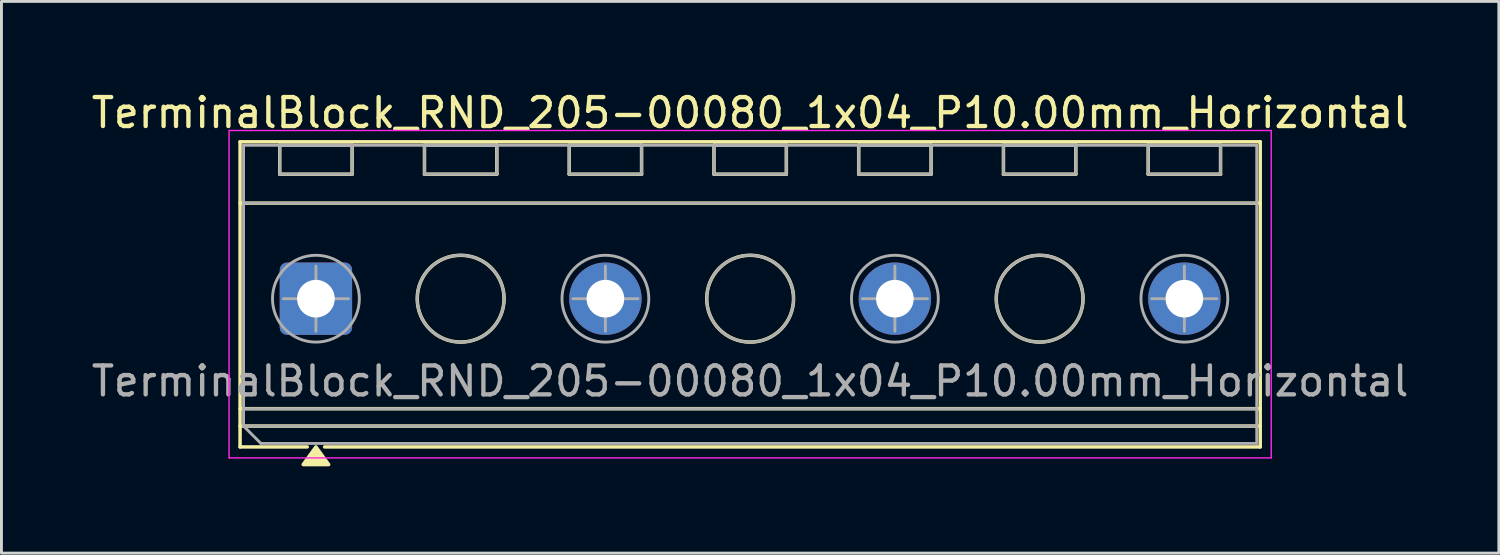
<source format=kicad_pcb>
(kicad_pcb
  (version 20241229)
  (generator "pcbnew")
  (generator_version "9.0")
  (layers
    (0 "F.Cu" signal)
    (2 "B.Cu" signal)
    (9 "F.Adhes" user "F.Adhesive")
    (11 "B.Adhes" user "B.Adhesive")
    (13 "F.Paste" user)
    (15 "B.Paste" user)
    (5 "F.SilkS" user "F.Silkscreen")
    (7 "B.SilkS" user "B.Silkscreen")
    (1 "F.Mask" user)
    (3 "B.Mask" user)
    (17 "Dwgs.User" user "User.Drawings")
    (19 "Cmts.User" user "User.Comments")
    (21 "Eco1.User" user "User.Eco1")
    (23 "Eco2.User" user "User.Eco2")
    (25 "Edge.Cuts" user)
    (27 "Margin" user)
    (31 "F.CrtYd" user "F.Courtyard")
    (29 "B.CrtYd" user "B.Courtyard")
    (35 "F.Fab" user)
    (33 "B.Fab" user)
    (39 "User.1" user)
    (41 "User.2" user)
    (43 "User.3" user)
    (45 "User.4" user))
  (footprint "TerminalBlock_RND_205-00080_1x04_P10.00mm_Horizontal"
    (layer "F.Cu")
    (at 7.863 7.268)
    (property "Reference" "TerminalBlock_RND_205-00080_1x04_P10.00mm_Horizontal" (at 15 -6.42 0) (layer "F.SilkS") (effects (font (size 1 1) (thickness 0.15))))
    (attr through_hole)
    (fp_line (start -2.62 -5.42) (end -2.62 5.12) (stroke (width 0.12) (type solid)) (layer "F.SilkS"))
    (fp_line (start -2.62 -5.42) (end 32.62 -5.42) (stroke (width 0.12) (type solid)) (layer "F.SilkS"))
    (fp_line (start -2.62 -3.3) (end 32.62 -3.3) (stroke (width 0.12) (type solid)) (layer "F.SilkS"))
    (fp_line (start -2.62 3.8) (end 32.62 3.8) (stroke (width 0.12) (type solid)) (layer "F.SilkS"))
    (fp_line (start -2.62 4.4) (end 32.62 4.4) (stroke (width 0.12) (type solid)) (layer "F.SilkS"))
    (fp_line (start -2.62 5.12) (end -0.3 5.12) (stroke (width 0.12) (type solid)) (layer "F.SilkS"))
    (fp_line (start -1.25 -5.3) (end -1.25 -4.3) (stroke (width 0.12) (type solid)) (layer "F.SilkS"))
    (fp_line (start -1.25 -5.3) (end 1.25 -5.3) (stroke (width 0.12) (type solid)) (layer "F.SilkS"))
    (fp_line (start -1.25 -4.3) (end 1.25 -4.3) (stroke (width 0.12) (type solid)) (layer "F.SilkS"))
    (fp_line (start 0.3 5.12) (end 32.62 5.12) (stroke (width 0.12) (type solid)) (layer "F.SilkS"))
    (fp_line (start 1.25 -5.3) (end 1.25 -4.3) (stroke (width 0.12) (type solid)) (layer "F.SilkS"))
    (fp_line (start 3.75 -5.3) (end 3.75 -4.3) (stroke (width 0.12) (type solid)) (layer "F.SilkS"))
    (fp_line (start 3.75 -5.3) (end 6.25 -5.3) (stroke (width 0.12) (type solid)) (layer "F.SilkS"))
    (fp_line (start 3.75 -4.3) (end 6.25 -4.3) (stroke (width 0.12) (type solid)) (layer "F.SilkS"))
    (fp_line (start 6.25 -5.3) (end 6.25 -4.3) (stroke (width 0.12) (type solid)) (layer "F.SilkS"))
    (fp_line (start 8.75 -5.3) (end 8.75 -4.3) (stroke (width 0.12) (type solid)) (layer "F.SilkS"))
    (fp_line (start 8.75 -5.3) (end 11.25 -5.3) (stroke (width 0.12) (type solid)) (layer "F.SilkS"))
    (fp_line (start 8.75 -4.3) (end 11.25 -4.3) (stroke (width 0.12) (type solid)) (layer "F.SilkS"))
    (fp_line (start 11.25 -5.3) (end 11.25 -4.3) (stroke (width 0.12) (type solid)) (layer "F.SilkS"))
    (fp_line (start 13.75 -5.3) (end 13.75 -4.3) (stroke (width 0.12) (type solid)) (layer "F.SilkS"))
    (fp_line (start 13.75 -5.3) (end 16.25 -5.3) (stroke (width 0.12) (type solid)) (layer "F.SilkS"))
    (fp_line (start 13.75 -4.3) (end 16.25 -4.3) (stroke (width 0.12) (type solid)) (layer "F.SilkS"))
    (fp_line (start 16.25 -5.3) (end 16.25 -4.3) (stroke (width 0.12) (type solid)) (layer "F.SilkS"))
    (fp_line (start 18.75 -5.3) (end 18.75 -4.3) (stroke (width 0.12) (type solid)) (layer "F.SilkS"))
    (fp_line (start 18.75 -5.3) (end 21.25 -5.3) (stroke (width 0.12) (type solid)) (layer "F.SilkS"))
    (fp_line (start 18.75 -4.3) (end 21.25 -4.3) (stroke (width 0.12) (type solid)) (layer "F.SilkS"))
    (fp_line (start 21.25 -5.3) (end 21.25 -4.3) (stroke (width 0.12) (type solid)) (layer "F.SilkS"))
    (fp_line (start 23.75 -5.3) (end 23.75 -4.3) (stroke (width 0.12) (type solid)) (layer "F.SilkS"))
    (fp_line (start 23.75 -5.3) (end 26.25 -5.3) (stroke (width 0.12) (type solid)) (layer "F.SilkS"))
    (fp_line (start 23.75 -4.3) (end 26.25 -4.3) (stroke (width 0.12) (type solid)) (layer "F.SilkS"))
    (fp_line (start 26.25 -5.3) (end 26.25 -4.3) (stroke (width 0.12) (type solid)) (layer "F.SilkS"))
    (fp_line (start 28.75 -5.3) (end 28.75 -4.3) (stroke (width 0.12) (type solid)) (layer "F.SilkS"))
    (fp_line (start 28.75 -5.3) (end 31.25 -5.3) (stroke (width 0.12) (type solid)) (layer "F.SilkS"))
    (fp_line (start 28.75 -4.3) (end 31.25 -4.3) (stroke (width 0.12) (type solid)) (layer "F.SilkS"))
    (fp_line (start 31.25 -5.3) (end 31.25 -4.3) (stroke (width 0.12) (type solid)) (layer "F.SilkS"))
    (fp_line (start 32.62 -5.42) (end 32.62 5.12) (stroke (width 0.12) (type solid)) (layer "F.SilkS"))
    (fp_circle (center 5 0) (end 6.5 0) (stroke (width 0.12) (type solid)) (fill no) (layer "F.SilkS"))
    (fp_circle (center 15 0) (end 16.5 0) (stroke (width 0.12) (type solid)) (fill no) (layer "F.SilkS"))
    (fp_circle (center 25 0) (end 26.5 0) (stroke (width 0.12) (type solid)) (fill no) (layer "F.SilkS"))
    (fp_poly (pts (xy 0 5.12) (xy 0.44 5.73) (xy -0.44 5.73)) (stroke (width 0.12) (type solid)) (fill yes) (layer "F.SilkS"))
    (fp_line (start -3 -5.81) (end -3 5.5) (stroke (width 0.05) (type solid)) (layer "F.CrtYd"))
    (fp_line (start -3 5.5) (end 33 5.5) (stroke (width 0.05) (type solid)) (layer "F.CrtYd"))
    (fp_line (start 33 -5.81) (end -3 -5.81) (stroke (width 0.05) (type solid)) (layer "F.CrtYd"))
    (fp_line (start 33 5.5) (end 33 -5.81) (stroke (width 0.05) (type solid)) (layer "F.CrtYd"))
    (fp_line (start -2.5 -5.3) (end 32.5 -5.3) (stroke (width 0.1) (type solid)) (layer "F.Fab"))
    (fp_line (start -2.5 -3.3) (end 32.5 -3.3) (stroke (width 0.1) (type solid)) (layer "F.Fab"))
    (fp_line (start -2.5 3.8) (end 32.5 3.8) (stroke (width 0.1) (type solid)) (layer "F.Fab"))
    (fp_line (start -2.5 4.4) (end -2.5 -5.3) (stroke (width 0.1) (type solid)) (layer "F.Fab"))
    (fp_line (start -2.5 4.4) (end 32.5 4.4) (stroke (width 0.1) (type solid)) (layer "F.Fab"))
    (fp_line (start -1.9 5) (end -2.5 4.4) (stroke (width 0.1) (type solid)) (layer "F.Fab"))
    (fp_line (start -1.25 -5.3) (end -1.25 -4.3) (stroke (width 0.1) (type solid)) (layer "F.Fab"))
    (fp_line (start -1.25 -4.3) (end 1.25 -4.3) (stroke (width 0.1) (type solid)) (layer "F.Fab"))
    (fp_line (start -1.125 0) (end 1.125 0) (stroke (width 0.1) (type solid)) (layer "F.Fab"))
    (fp_line (start 0 -1.125) (end 0 1.125) (stroke (width 0.1) (type solid)) (layer "F.Fab"))
    (fp_line (start 1.25 -5.3) (end -1.25 -5.3) (stroke (width 0.1) (type solid)) (layer "F.Fab"))
    (fp_line (start 1.25 -4.3) (end 1.25 -5.3) (stroke (width 0.1) (type solid)) (layer "F.Fab"))
    (fp_line (start 3.75 -5.3) (end 3.75 -4.3) (stroke (width 0.1) (type solid)) (layer "F.Fab"))
    (fp_line (start 3.75 -4.3) (end 6.25 -4.3) (stroke (width 0.1) (type solid)) (layer "F.Fab"))
    (fp_line (start 6.25 -5.3) (end 3.75 -5.3) (stroke (width 0.1) (type solid)) (layer "F.Fab"))
    (fp_line (start 6.25 -4.3) (end 6.25 -5.3) (stroke (width 0.1) (type solid)) (layer "F.Fab"))
    (fp_line (start 8.75 -5.3) (end 8.75 -4.3) (stroke (width 0.1) (type solid)) (layer "F.Fab"))
    (fp_line (start 8.75 -4.3) (end 11.25 -4.3) (stroke (width 0.1) (type solid)) (layer "F.Fab"))
    (fp_line (start 8.875 0) (end 11.125 0) (stroke (width 0.1) (type solid)) (layer "F.Fab"))
    (fp_line (start 10 -1.125) (end 10 1.125) (stroke (width 0.1) (type solid)) (layer "F.Fab"))
    (fp_line (start 11.25 -5.3) (end 8.75 -5.3) (stroke (width 0.1) (type solid)) (layer "F.Fab"))
    (fp_line (start 11.25 -4.3) (end 11.25 -5.3) (stroke (width 0.1) (type solid)) (layer "F.Fab"))
    (fp_line (start 13.75 -5.3) (end 13.75 -4.3) (stroke (width 0.1) (type solid)) (layer "F.Fab"))
    (fp_line (start 13.75 -4.3) (end 16.25 -4.3) (stroke (width 0.1) (type solid)) (layer "F.Fab"))
    (fp_line (start 16.25 -5.3) (end 13.75 -5.3) (stroke (width 0.1) (type solid)) (layer "F.Fab"))
    (fp_line (start 16.25 -4.3) (end 16.25 -5.3) (stroke (width 0.1) (type solid)) (layer "F.Fab"))
    (fp_line (start 18.75 -5.3) (end 18.75 -4.3) (stroke (width 0.1) (type solid)) (layer "F.Fab"))
    (fp_line (start 18.75 -4.3) (end 21.25 -4.3) (stroke (width 0.1) (type solid)) (layer "F.Fab"))
    (fp_line (start 18.875 0) (end 21.125 0) (stroke (width 0.1) (type solid)) (layer "F.Fab"))
    (fp_line (start 20 -1.125) (end 20 1.125) (stroke (width 0.1) (type solid)) (layer "F.Fab"))
    (fp_line (start 21.25 -5.3) (end 18.75 -5.3) (stroke (width 0.1) (type solid)) (layer "F.Fab"))
    (fp_line (start 21.25 -4.3) (end 21.25 -5.3) (stroke (width 0.1) (type solid)) (layer "F.Fab"))
    (fp_line (start 23.75 -5.3) (end 23.75 -4.3) (stroke (width 0.1) (type solid)) (layer "F.Fab"))
    (fp_line (start 23.75 -4.3) (end 26.25 -4.3) (stroke (width 0.1) (type solid)) (layer "F.Fab"))
    (fp_line (start 26.25 -5.3) (end 23.75 -5.3) (stroke (width 0.1) (type solid)) (layer "F.Fab"))
    (fp_line (start 26.25 -4.3) (end 26.25 -5.3) (stroke (width 0.1) (type solid)) (layer "F.Fab"))
    (fp_line (start 28.75 -5.3) (end 28.75 -4.3) (stroke (width 0.1) (type solid)) (layer "F.Fab"))
    (fp_line (start 28.75 -4.3) (end 31.25 -4.3) (stroke (width 0.1) (type solid)) (layer "F.Fab"))
    (fp_line (start 28.875 0) (end 31.125 0) (stroke (width 0.1) (type solid)) (layer "F.Fab"))
    (fp_line (start 30 -1.125) (end 30 1.125) (stroke (width 0.1) (type solid)) (layer "F.Fab"))
    (fp_line (start 31.25 -5.3) (end 28.75 -5.3) (stroke (width 0.1) (type solid)) (layer "F.Fab"))
    (fp_line (start 31.25 -4.3) (end 31.25 -5.3) (stroke (width 0.1) (type solid)) (layer "F.Fab"))
    (fp_line (start 32.5 -5.3) (end 32.5 5) (stroke (width 0.1) (type solid)) (layer "F.Fab"))
    (fp_line (start 32.5 5) (end -1.9 5) (stroke (width 0.1) (type solid)) (layer "F.Fab"))
    (fp_circle (center 0 0) (end 1.5 0) (stroke (width 0.1) (type solid)) (fill no) (layer "F.Fab"))
    (fp_circle (center 5 0) (end 6.5 0) (stroke (width 0.1) (type solid)) (fill no) (layer "F.Fab"))
    (fp_circle (center 10 0) (end 11.5 0) (stroke (width 0.1) (type solid)) (fill no) (layer "F.Fab"))
    (fp_circle (center 15 0) (end 16.5 0) (stroke (width 0.1) (type solid)) (fill no) (layer "F.Fab"))
    (fp_circle (center 20 0) (end 21.5 0) (stroke (width 0.1) (type solid)) (fill no) (layer "F.Fab"))
    (fp_circle (center 25 0) (end 26.5 0) (stroke (width 0.1) (type solid)) (fill no) (layer "F.Fab"))
    (fp_circle (center 30 0) (end 31.5 0) (stroke (width 0.1) (type solid)) (fill no) (layer "F.Fab"))
    (fp_text user "${REFERENCE}" (at 15 2.85 0) (layer "F.Fab") (effects (font (size 1 1) (thickness 0.15))))
    (pad "1" thru_hole roundrect (at 0 0) (size 2.5 2.5) (drill 1.3) (layers "*.Cu" "*.Mask") (roundrect_rratio 0.1))
    (pad "2" thru_hole circle (at 10 0) (size 2.5 2.5) (drill 1.3) (layers "*.Cu" "*.Mask"))
    (pad "3" thru_hole circle (at 20 0) (size 2.5 2.5) (drill 1.3) (layers "*.Cu" "*.Mask"))
    (pad "4" thru_hole circle (at 30 0) (size 2.5 2.5) (drill 1.3) (layers "*.Cu" "*.Mask")))
  (gr_rect
    (start -3 -3)
    (end 48.726 16.058)
    (stroke (width 0.1) (type default))
    (fill no)
    (layer "Edge.Cuts")))
</source>
